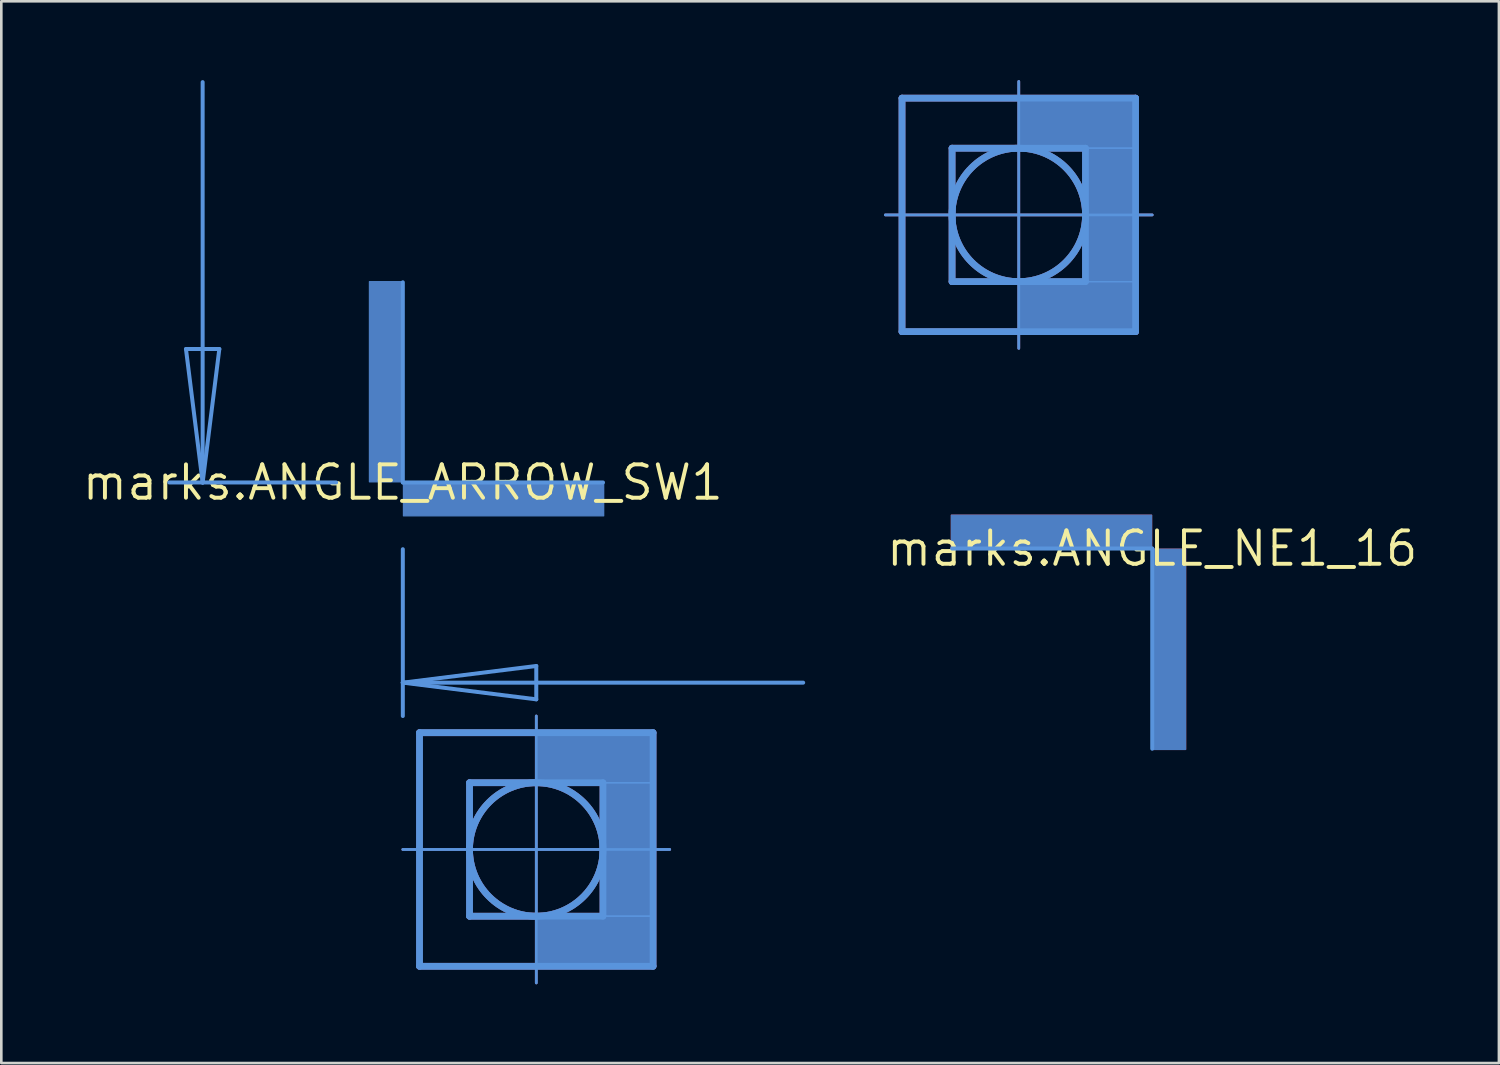
<source format=kicad_pcb>
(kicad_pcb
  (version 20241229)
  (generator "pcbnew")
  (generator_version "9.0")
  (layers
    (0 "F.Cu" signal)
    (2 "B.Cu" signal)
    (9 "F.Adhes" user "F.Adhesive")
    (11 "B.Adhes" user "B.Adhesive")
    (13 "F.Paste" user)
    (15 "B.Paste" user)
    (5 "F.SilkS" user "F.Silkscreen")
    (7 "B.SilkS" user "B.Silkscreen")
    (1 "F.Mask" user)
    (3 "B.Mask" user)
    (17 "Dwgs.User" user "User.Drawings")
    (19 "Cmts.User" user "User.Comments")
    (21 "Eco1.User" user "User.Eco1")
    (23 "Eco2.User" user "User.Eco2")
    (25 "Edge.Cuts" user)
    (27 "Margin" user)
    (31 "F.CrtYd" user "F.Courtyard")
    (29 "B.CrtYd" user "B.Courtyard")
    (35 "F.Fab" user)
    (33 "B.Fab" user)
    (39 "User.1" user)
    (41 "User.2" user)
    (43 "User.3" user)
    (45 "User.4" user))
  (footprint "marks.ANGLE_NE1_16"
    (layer "F.Cu")
    (at 40.811 17.831)
    (property "Reference" "marks.ANGLE_NE1_16" (at 0 0 0) (layer "F.SilkS") (effects (font (size 1.27 1.27) (thickness 0.15))))
    (fp_line (start -10.16 -12.7) (end -9.525 -12.7) (stroke (width 0.102) (type default)) (layer "F.Cu"))
    (fp_line (start -9.525 -17.145) (end -0.635 -17.145) (stroke (width 0.254) (type default)) (layer "F.Cu"))
    (fp_line (start -9.525 -12.7) (end -9.525 -17.145) (stroke (width 0.254) (type default)) (layer "F.Cu"))
    (fp_line (start -9.525 -12.7) (end 0 -12.7) (stroke (width 0.102) (type default)) (layer "F.Cu"))
    (fp_line (start -9.525 -8.255) (end -9.525 -12.7) (stroke (width 0.254) (type default)) (layer "F.Cu"))
    (fp_line (start -7.62 -15.24) (end -7.62 -10.16) (stroke (width 0.254) (type default)) (layer "F.Cu"))
    (fp_line (start -7.62 -10.16) (end -2.54 -10.16) (stroke (width 0.254) (type default)) (layer "F.Cu"))
    (fp_line (start -5.08 -7.62) (end -5.08 -17.78) (stroke (width 0.102) (type default)) (layer "F.Cu"))
    (fp_line (start -2.54 -15.24) (end -7.62 -15.24) (stroke (width 0.254) (type default)) (layer "F.Cu"))
    (fp_line (start -2.54 -10.16) (end -2.54 -15.24) (stroke (width 0.254) (type default)) (layer "F.Cu"))
    (fp_line (start -0.635 -17.145) (end -0.635 -8.255) (stroke (width 0.254) (type default)) (layer "F.Cu"))
    (fp_line (start -0.635 -8.255) (end -9.525 -8.255) (stroke (width 0.254) (type default)) (layer "F.Cu"))
    (fp_rect (start -7.645 0) (end -0.025 -1.27) (stroke (width 0.05) (type default)) (fill yes) (layer "F.Cu"))
    (fp_rect (start -5.08 -15.24) (end -0.635 -17.145) (stroke (width 0.05) (type default)) (fill yes) (layer "F.Cu"))
    (fp_rect (start -5.08 -8.255) (end -0.635 -10.16) (stroke (width 0.05) (type default)) (fill yes) (layer "F.Cu"))
    (fp_rect (start -2.54 -10.16) (end -0.635 -15.24) (stroke (width 0.05) (type default)) (fill yes) (layer "F.Cu"))
    (fp_rect (start 0 7.645) (end 1.27 0.025) (stroke (width 0.05) (type default)) (fill yes) (layer "F.Cu"))
    (fp_circle (center -5.08 -12.7) (end -2.54 -12.7) (stroke (width 0.254) (type default)) (fill no) (layer "F.Cu"))
    (fp_line (start -7.62 0) (end 0 0) (stroke (width 0.127) (type default)) (layer "F.Mask"))
    (fp_line (start 0 7.62) (end 0 0) (stroke (width 0.127) (type default)) (layer "F.Mask"))
    (fp_rect (start -10.16 -7.62) (end 0 -17.78) (stroke (width 0.05) (type default)) (fill yes) (layer "F.Mask"))
    (fp_line (start -10.16 -12.7) (end -9.525 -12.7) (stroke (width 0.102) (type default)) (layer "B.Cu"))
    (fp_line (start -9.525 -17.145) (end -0.635 -17.145) (stroke (width 0.254) (type default)) (layer "B.Cu"))
    (fp_line (start -9.525 -12.7) (end -9.525 -17.145) (stroke (width 0.254) (type default)) (layer "B.Cu"))
    (fp_line (start -9.525 -12.7) (end 0 -12.7) (stroke (width 0.102) (type default)) (layer "B.Cu"))
    (fp_line (start -9.525 -8.255) (end -9.525 -12.7) (stroke (width 0.254) (type default)) (layer "B.Cu"))
    (fp_line (start -7.62 -15.24) (end -7.62 -10.16) (stroke (width 0.254) (type default)) (layer "B.Cu"))
    (fp_line (start -7.62 -10.16) (end -2.54 -10.16) (stroke (width 0.254) (type default)) (layer "B.Cu"))
    (fp_line (start -5.08 -7.62) (end -5.08 -17.78) (stroke (width 0.102) (type default)) (layer "B.Cu"))
    (fp_line (start -2.54 -15.24) (end -7.62 -15.24) (stroke (width 0.254) (type default)) (layer "B.Cu"))
    (fp_line (start -2.54 -10.16) (end -2.54 -15.24) (stroke (width 0.254) (type default)) (layer "B.Cu"))
    (fp_line (start -0.635 -17.145) (end -0.635 -8.255) (stroke (width 0.254) (type default)) (layer "B.Cu"))
    (fp_line (start -0.635 -8.255) (end -9.525 -8.255) (stroke (width 0.254) (type default)) (layer "B.Cu"))
    (fp_rect (start -7.645 0) (end -0.025 -1.27) (stroke (width 0.05) (type default)) (fill yes) (layer "B.Cu"))
    (fp_rect (start -5.08 -15.24) (end -0.635 -17.145) (stroke (width 0.05) (type default)) (fill yes) (layer "B.Cu"))
    (fp_rect (start -5.08 -8.255) (end -0.635 -10.16) (stroke (width 0.05) (type default)) (fill yes) (layer "B.Cu"))
    (fp_rect (start -2.54 -10.16) (end -0.635 -15.24) (stroke (width 0.05) (type default)) (fill yes) (layer "B.Cu"))
    (fp_rect (start 0 7.645) (end 1.27 0.025) (stroke (width 0.05) (type default)) (fill yes) (layer "B.Cu"))
    (fp_circle (center -5.08 -12.7) (end -2.54 -12.7) (stroke (width 0.254) (type default)) (fill no) (layer "B.Cu"))
    (fp_line (start -7.62 0) (end 0 0) (stroke (width 0.127) (type default)) (layer "B.Mask"))
    (fp_line (start 0 0) (end 0 7.62) (stroke (width 0.127) (type default)) (layer "B.Mask"))
    (fp_rect (start -10.16 -7.62) (end 0 -17.78) (stroke (width 0.05) (type default)) (fill yes) (layer "B.Mask"))
    (fp_line (start -10.16 -12.7) (end -9.525 -12.7) (stroke (width 0.102) (type default)) (layer "Cmts.User"))
    (fp_line (start -9.525 -17.145) (end -0.635 -17.145) (stroke (width 0.254) (type default)) (layer "Cmts.User"))
    (fp_line (start -9.525 -12.7) (end -9.525 -17.145) (stroke (width 0.254) (type default)) (layer "Cmts.User"))
    (fp_line (start -9.525 -12.7) (end 0 -12.7) (stroke (width 0.102) (type default)) (layer "Cmts.User"))
    (fp_line (start -9.525 -8.255) (end -9.525 -12.7) (stroke (width 0.254) (type default)) (layer "Cmts.User"))
    (fp_line (start -7.62 -15.24) (end -7.62 -10.16) (stroke (width 0.254) (type default)) (layer "Cmts.User"))
    (fp_line (start -7.62 -10.16) (end -2.54 -10.16) (stroke (width 0.254) (type default)) (layer "Cmts.User"))
    (fp_line (start -7.62 0) (end 0 0) (stroke (width 0.152) (type default)) (layer "Cmts.User"))
    (fp_line (start -5.08 -7.62) (end -5.08 -17.78) (stroke (width 0.102) (type default)) (layer "Cmts.User"))
    (fp_line (start -2.54 -15.24) (end -7.62 -15.24) (stroke (width 0.254) (type default)) (layer "Cmts.User"))
    (fp_line (start -2.54 -10.16) (end -2.54 -15.24) (stroke (width 0.254) (type default)) (layer "Cmts.User"))
    (fp_line (start -0.635 -17.145) (end -0.635 -8.255) (stroke (width 0.254) (type default)) (layer "Cmts.User"))
    (fp_line (start -0.635 -8.255) (end -9.525 -8.255) (stroke (width 0.254) (type default)) (layer "Cmts.User"))
    (fp_line (start 0 0) (end 0 7.62) (stroke (width 0.152) (type default)) (layer "Cmts.User"))
    (fp_rect (start -5.08 -15.24) (end -0.635 -17.145) (stroke (width 0.05) (type default)) (fill no) (layer "Cmts.User"))
    (fp_rect (start -5.08 -8.255) (end -0.635 -10.16) (stroke (width 0.05) (type default)) (fill no) (layer "Cmts.User"))
    (fp_rect (start -2.54 -10.16) (end -0.635 -15.24) (stroke (width 0.05) (type default)) (fill no) (layer "Cmts.User"))
    (fp_circle (center -5.08 -12.7) (end -2.54 -12.7) (stroke (width 0.254) (type default)) (fill no) (layer "Cmts.User")))
  (footprint "marks.ANGLE_ARROW_SW1"
    (layer "F.Cu")
    (at 12.284 15.316)
    (property "Reference" "marks.ANGLE_ARROW_SW1" (at 0 0 0) (layer "F.SilkS") (effects (font (size 1.27 1.27) (thickness 0.15))))
    (fp_line (start 0 13.97) (end 0.635 13.97) (stroke (width 0.102) (type default)) (layer "F.Cu"))
    (fp_line (start 0.635 9.525) (end 9.525 9.525) (stroke (width 0.254) (type default)) (layer "F.Cu"))
    (fp_line (start 0.635 13.97) (end 0.635 9.525) (stroke (width 0.254) (type default)) (layer "F.Cu"))
    (fp_line (start 0.635 13.97) (end 10.16 13.97) (stroke (width 0.102) (type default)) (layer "F.Cu"))
    (fp_line (start 0.635 18.415) (end 0.635 13.97) (stroke (width 0.254) (type default)) (layer "F.Cu"))
    (fp_line (start 2.54 11.43) (end 2.54 16.51) (stroke (width 0.254) (type default)) (layer "F.Cu"))
    (fp_line (start 2.54 16.51) (end 7.62 16.51) (stroke (width 0.254) (type default)) (layer "F.Cu"))
    (fp_line (start 5.08 19.05) (end 5.08 8.89) (stroke (width 0.102) (type default)) (layer "F.Cu"))
    (fp_line (start 7.62 11.43) (end 2.54 11.43) (stroke (width 0.254) (type default)) (layer "F.Cu"))
    (fp_line (start 7.62 16.51) (end 7.62 11.43) (stroke (width 0.254) (type default)) (layer "F.Cu"))
    (fp_line (start 9.525 9.525) (end 9.525 18.415) (stroke (width 0.254) (type default)) (layer "F.Cu"))
    (fp_line (start 9.525 18.415) (end 0.635 18.415) (stroke (width 0.254) (type default)) (layer "F.Cu"))
    (fp_rect (start 5.08 11.43) (end 9.525 9.525) (stroke (width 0.05) (type default)) (fill yes) (layer "F.Cu"))
    (fp_rect (start 5.08 18.415) (end 9.525 16.51) (stroke (width 0.05) (type default)) (fill yes) (layer "F.Cu"))
    (fp_rect (start 7.62 16.51) (end 9.525 11.43) (stroke (width 0.05) (type default)) (fill yes) (layer "F.Cu"))
    (fp_circle (center 5.08 13.97) (end 7.62 13.97) (stroke (width 0.254) (type default)) (fill no) (layer "F.Cu"))
    (fp_rect (start 0 19.05) (end 10.16 8.89) (stroke (width 0.05) (type default)) (fill yes) (layer "F.Mask"))
    (fp_line (start 0 13.97) (end 0.635 13.97) (stroke (width 0.102) (type default)) (layer "B.Cu"))
    (fp_line (start 0.635 9.525) (end 9.525 9.525) (stroke (width 0.254) (type default)) (layer "B.Cu"))
    (fp_line (start 0.635 13.97) (end 0.635 9.525) (stroke (width 0.254) (type default)) (layer "B.Cu"))
    (fp_line (start 0.635 13.97) (end 10.16 13.97) (stroke (width 0.102) (type default)) (layer "B.Cu"))
    (fp_line (start 0.635 18.415) (end 0.635 13.97) (stroke (width 0.254) (type default)) (layer "B.Cu"))
    (fp_line (start 2.54 11.43) (end 2.54 16.51) (stroke (width 0.254) (type default)) (layer "B.Cu"))
    (fp_line (start 2.54 16.51) (end 7.62 16.51) (stroke (width 0.254) (type default)) (layer "B.Cu"))
    (fp_line (start 5.08 19.05) (end 5.08 8.89) (stroke (width 0.102) (type default)) (layer "B.Cu"))
    (fp_line (start 7.62 11.43) (end 2.54 11.43) (stroke (width 0.254) (type default)) (layer "B.Cu"))
    (fp_line (start 7.62 16.51) (end 7.62 11.43) (stroke (width 0.254) (type default)) (layer "B.Cu"))
    (fp_line (start 9.525 9.525) (end 9.525 18.415) (stroke (width 0.254) (type default)) (layer "B.Cu"))
    (fp_line (start 9.525 18.415) (end 0.635 18.415) (stroke (width 0.254) (type default)) (layer "B.Cu"))
    (fp_rect (start -1.27 -0.025) (end 0 -7.645) (stroke (width 0.05) (type default)) (fill yes) (layer "B.Cu"))
    (fp_rect (start 0.025 1.27) (end 7.645 0) (stroke (width 0.05) (type default)) (fill yes) (layer "B.Cu"))
    (fp_rect (start 5.08 11.43) (end 9.525 9.525) (stroke (width 0.05) (type default)) (fill yes) (layer "B.Cu"))
    (fp_rect (start 5.08 18.415) (end 9.525 16.51) (stroke (width 0.05) (type default)) (fill yes) (layer "B.Cu"))
    (fp_rect (start 7.62 16.51) (end 9.525 11.43) (stroke (width 0.05) (type default)) (fill yes) (layer "B.Cu"))
    (fp_circle (center 5.08 13.97) (end 7.62 13.97) (stroke (width 0.254) (type default)) (fill no) (layer "B.Cu"))
    (fp_line (start 0 0) (end 0 -7.62) (stroke (width 0.127) (type default)) (layer "B.Mask"))
    (fp_line (start 7.62 0) (end 0 0) (stroke (width 0.127) (type default)) (layer "B.Mask"))
    (fp_rect (start 0 19.05) (end 10.16 8.89) (stroke (width 0.05) (type default)) (fill yes) (layer "B.Mask"))
    (fp_line (start -8.89 0) (end -7.62 0) (stroke (width 0.152) (type default)) (layer "Cmts.User"))
    (fp_line (start -8.255 -5.08) (end -6.985 -5.08) (stroke (width 0.152) (type default)) (layer "Cmts.User"))
    (fp_line (start -7.62 0) (end -8.255 -5.08) (stroke (width 0.152) (type default)) (layer "Cmts.User"))
    (fp_line (start -7.62 0) (end -7.62 -15.24) (stroke (width 0.152) (type default)) (layer "Cmts.User"))
    (fp_line (start -7.62 0) (end -2.54 0) (stroke (width 0.152) (type default)) (layer "Cmts.User"))
    (fp_line (start -6.985 -5.08) (end -7.62 0) (stroke (width 0.152) (type default)) (layer "Cmts.User"))
    (fp_line (start 0 0) (end 0 -7.62) (stroke (width 0.152) (type default)) (layer "Cmts.User"))
    (fp_line (start 0 7.62) (end 0 2.54) (stroke (width 0.152) (type default)) (layer "Cmts.User"))
    (fp_line (start 0 7.62) (end 5.08 6.985) (stroke (width 0.152) (type default)) (layer "Cmts.User"))
    (fp_line (start 0 7.62) (end 15.24 7.62) (stroke (width 0.152) (type default)) (layer "Cmts.User"))
    (fp_line (start 0 8.89) (end 0 7.62) (stroke (width 0.152) (type default)) (layer "Cmts.User"))
    (fp_line (start 0 13.97) (end 0.635 13.97) (stroke (width 0.102) (type default)) (layer "Cmts.User"))
    (fp_line (start 0.635 9.525) (end 9.525 9.525) (stroke (width 0.254) (type default)) (layer "Cmts.User"))
    (fp_line (start 0.635 13.97) (end 0.635 9.525) (stroke (width 0.254) (type default)) (layer "Cmts.User"))
    (fp_line (start 0.635 13.97) (end 10.16 13.97) (stroke (width 0.102) (type default)) (layer "Cmts.User"))
    (fp_line (start 0.635 18.415) (end 0.635 13.97) (stroke (width 0.254) (type default)) (layer "Cmts.User"))
    (fp_line (start 2.54 11.43) (end 2.54 16.51) (stroke (width 0.254) (type default)) (layer "Cmts.User"))
    (fp_line (start 2.54 16.51) (end 7.62 16.51) (stroke (width 0.254) (type default)) (layer "Cmts.User"))
    (fp_line (start 5.08 6.985) (end 5.08 8.255) (stroke (width 0.152) (type default)) (layer "Cmts.User"))
    (fp_line (start 5.08 8.255) (end 0 7.62) (stroke (width 0.152) (type default)) (layer "Cmts.User"))
    (fp_line (start 5.08 19.05) (end 5.08 8.89) (stroke (width 0.102) (type default)) (layer "Cmts.User"))
    (fp_line (start 7.62 0) (end 0 0) (stroke (width 0.152) (type default)) (layer "Cmts.User"))
    (fp_line (start 7.62 11.43) (end 2.54 11.43) (stroke (width 0.254) (type default)) (layer "Cmts.User"))
    (fp_line (start 7.62 16.51) (end 7.62 11.43) (stroke (width 0.254) (type default)) (layer "Cmts.User"))
    (fp_line (start 9.525 9.525) (end 9.525 18.415) (stroke (width 0.254) (type default)) (layer "Cmts.User"))
    (fp_line (start 9.525 18.415) (end 0.635 18.415) (stroke (width 0.254) (type default)) (layer "Cmts.User"))
    (fp_rect (start 5.08 11.43) (end 9.525 9.525) (stroke (width 0.05) (type default)) (fill no) (layer "Cmts.User"))
    (fp_rect (start 5.08 18.415) (end 9.525 16.51) (stroke (width 0.05) (type default)) (fill no) (layer "Cmts.User"))
    (fp_rect (start 7.62 16.51) (end 9.525 11.43) (stroke (width 0.05) (type default)) (fill no) (layer "Cmts.User"))
    (fp_circle (center 5.08 13.97) (end 7.62 13.97) (stroke (width 0.254) (type default)) (fill no) (layer "Cmts.User")))
  (gr_rect
    (start -3 -3)
    (end 54.008 37.417)
    (stroke (width 0.1) (type default))
    (fill no)
    (layer "Edge.Cuts")))
</source>
